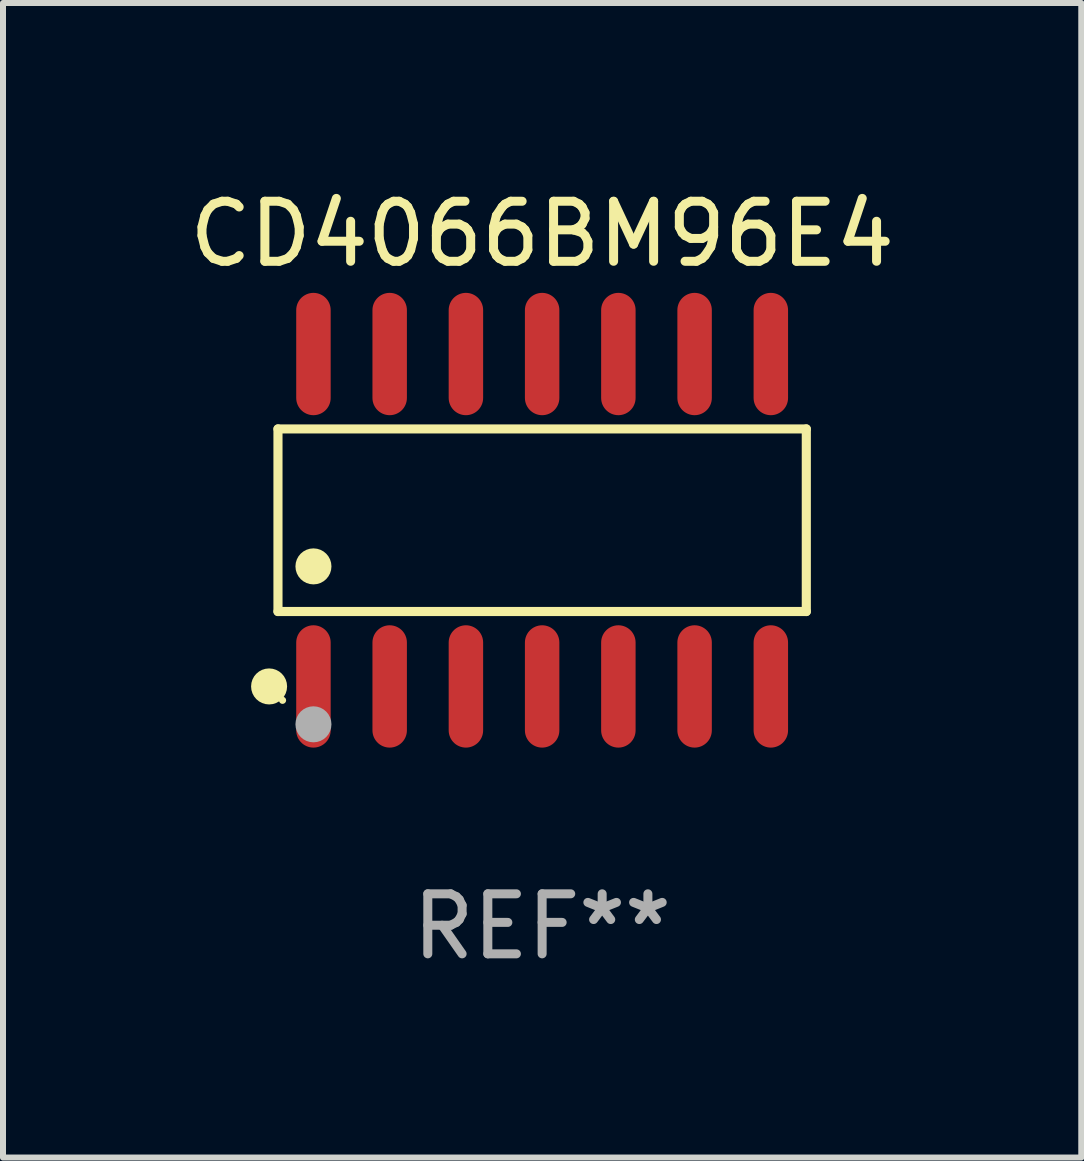
<source format=kicad_pcb>
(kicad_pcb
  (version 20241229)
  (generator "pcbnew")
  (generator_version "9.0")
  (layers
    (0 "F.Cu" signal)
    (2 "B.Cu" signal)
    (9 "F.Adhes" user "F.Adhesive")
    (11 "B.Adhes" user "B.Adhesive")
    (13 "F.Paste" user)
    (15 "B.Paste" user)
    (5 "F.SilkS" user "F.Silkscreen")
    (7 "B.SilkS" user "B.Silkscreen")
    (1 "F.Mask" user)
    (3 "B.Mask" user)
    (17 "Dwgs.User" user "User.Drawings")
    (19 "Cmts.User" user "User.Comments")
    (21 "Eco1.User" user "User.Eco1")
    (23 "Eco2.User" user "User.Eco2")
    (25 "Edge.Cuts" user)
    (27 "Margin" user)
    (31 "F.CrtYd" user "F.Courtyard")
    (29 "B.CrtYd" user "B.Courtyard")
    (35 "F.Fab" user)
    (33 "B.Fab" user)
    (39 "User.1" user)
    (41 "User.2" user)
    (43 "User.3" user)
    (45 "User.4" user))
  (footprint "CD4066BM96E4"
    (layer "F.Cu")
    (at 5.982 5.617)
    (property "Reference" "CD4066BM96E4" (at 0 -4.769 0) (layer "F.SilkS") (effects (font (size 1 1) (thickness 0.15))))
    (attr through_hole)
    (fp_line (start -4.401 -1.521) (end 4.401 -1.521) (stroke (width 0.152) (type solid)) (layer "F.SilkS"))
    (fp_line (start -4.401 1.521) (end -4.401 -1.521) (stroke (width 0.152) (type solid)) (layer "F.SilkS"))
    (fp_line (start 4.401 -1.521) (end 4.401 1.521) (stroke (width 0.152) (type solid)) (layer "F.SilkS"))
    (fp_line (start 4.401 1.521) (end -4.401 1.521) (stroke (width 0.152) (type solid)) (layer "F.SilkS"))
    (fp_circle (center -4.549 2.769) (end -4.399 2.769) (stroke (width 0.3) (type solid)) (fill no) (layer "F.SilkS"))
    (fp_circle (center -4.325 3) (end -4.295 3) (stroke (width 0.06) (type solid)) (fill no) (layer "F.SilkS"))
    (fp_circle (center -3.81 0.769) (end -3.66 0.769) (stroke (width 0.3) (type solid)) (fill no) (layer "F.SilkS"))
    (fp_circle (center -3.81 3.4) (end -3.66 3.4) (stroke (width 0.3) (type solid)) (fill no) (layer "F.Fab"))
    (fp_text user "REF**" (at 0 6.769 0) (layer "F.Fab") (effects (font (size 1 1) (thickness 0.15))))
    (pad "1" smd oval (at -3.81 2.769) (size 0.574 2.038) (layers "F.Cu" "F.Mask" "F.Paste"))
    (pad "2" smd oval (at -2.54 2.769) (size 0.574 2.038) (layers "F.Cu" "F.Mask" "F.Paste"))
    (pad "3" smd oval (at -1.27 2.769) (size 0.574 2.038) (layers "F.Cu" "F.Mask" "F.Paste"))
    (pad "4" smd oval (at 0 2.769) (size 0.574 2.038) (layers "F.Cu" "F.Mask" "F.Paste"))
    (pad "5" smd oval (at 1.27 2.769) (size 0.574 2.038) (layers "F.Cu" "F.Mask" "F.Paste"))
    (pad "6" smd oval (at 2.54 2.769) (size 0.574 2.038) (layers "F.Cu" "F.Mask" "F.Paste"))
    (pad "7" smd oval (at 3.81 2.769) (size 0.574 2.038) (layers "F.Cu" "F.Mask" "F.Paste"))
    (pad "8" smd oval (at 3.81 -2.769) (size 0.574 2.038) (layers "F.Cu" "F.Mask" "F.Paste"))
    (pad "9" smd oval (at 2.54 -2.769) (size 0.574 2.038) (layers "F.Cu" "F.Mask" "F.Paste"))
    (pad "10" smd oval (at 1.27 -2.769) (size 0.574 2.038) (layers "F.Cu" "F.Mask" "F.Paste"))
    (pad "11" smd oval (at 0 -2.769) (size 0.574 2.038) (layers "F.Cu" "F.Mask" "F.Paste"))
    (pad "12" smd oval (at -1.27 -2.769) (size 0.574 2.038) (layers "F.Cu" "F.Mask" "F.Paste"))
    (pad "13" smd oval (at -2.54 -2.769) (size 0.574 2.038) (layers "F.Cu" "F.Mask" "F.Paste"))
    (pad "14" smd oval (at -3.81 -2.769) (size 0.574 2.038) (layers "F.Cu" "F.Mask" "F.Paste")))
  (gr_rect
    (start -3 -3)
    (end 14.964 16.235)
    (stroke (width 0.1) (type default))
    (fill no)
    (layer "Edge.Cuts")))
</source>
